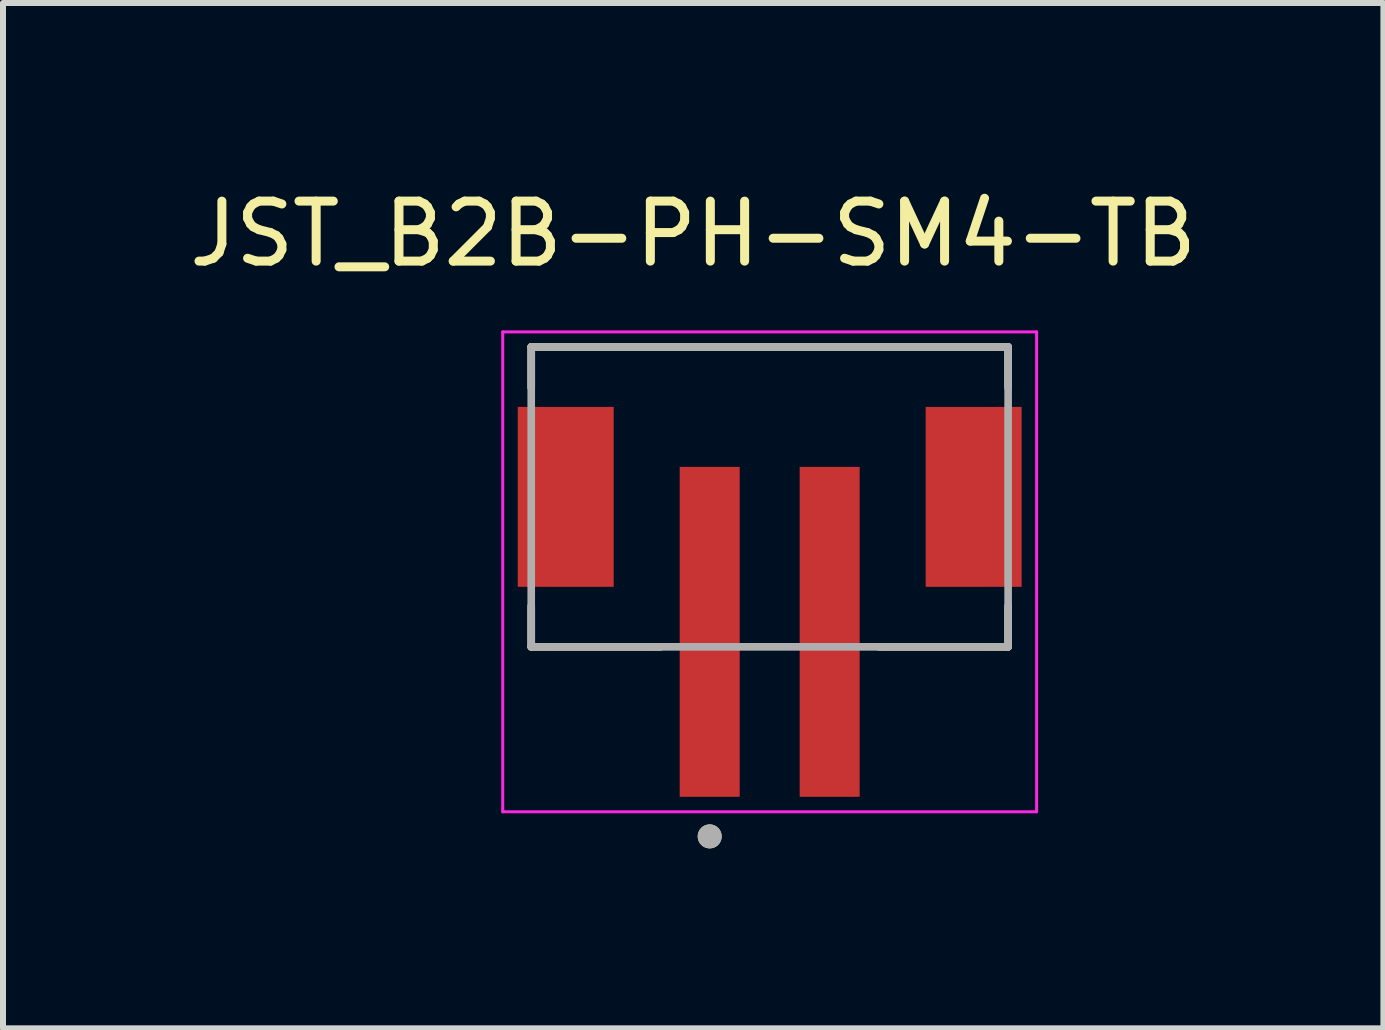
<source format=kicad_pcb>
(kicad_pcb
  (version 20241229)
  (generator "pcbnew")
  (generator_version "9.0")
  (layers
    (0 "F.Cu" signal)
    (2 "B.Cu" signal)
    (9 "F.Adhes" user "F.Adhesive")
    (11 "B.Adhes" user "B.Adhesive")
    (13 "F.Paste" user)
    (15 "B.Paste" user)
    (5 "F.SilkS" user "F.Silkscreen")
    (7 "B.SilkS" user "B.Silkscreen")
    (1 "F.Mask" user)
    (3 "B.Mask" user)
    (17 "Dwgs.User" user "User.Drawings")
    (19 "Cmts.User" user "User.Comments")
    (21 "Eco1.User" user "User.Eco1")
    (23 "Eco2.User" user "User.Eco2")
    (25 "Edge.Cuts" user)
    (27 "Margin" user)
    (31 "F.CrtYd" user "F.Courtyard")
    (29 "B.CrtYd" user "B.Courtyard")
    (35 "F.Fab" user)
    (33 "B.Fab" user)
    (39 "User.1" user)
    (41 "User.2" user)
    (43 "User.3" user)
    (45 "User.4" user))
  (footprint "JST_B2B-PH-SM4-TB"
    (layer "F.Cu")
    (at 9.781 5.233)
    (property "Reference" "JST_B2B-PH-SM4-TB" (at -1.275 -4.385 0) (layer "F.SilkS") (effects (font (size 1 1) (thickness 0.15))))
    (attr smd)
    (fp_line (start -3.975 -2.5) (end 3.975 -2.5) (stroke (width 0.127) (type solid)) (layer "F.SilkS"))
    (fp_line (start -3.975 -1.82) (end -3.975 -2.5) (stroke (width 0.127) (type solid)) (layer "F.SilkS"))
    (fp_line (start -3.975 2.5) (end -3.975 1.82) (stroke (width 0.127) (type solid)) (layer "F.SilkS"))
    (fp_line (start -1.82 2.5) (end -3.975 2.5) (stroke (width 0.127) (type solid)) (layer "F.SilkS"))
    (fp_line (start 3.975 -2.5) (end 3.975 -1.82) (stroke (width 0.127) (type solid)) (layer "F.SilkS"))
    (fp_line (start 3.975 2.5) (end 1.82 2.5) (stroke (width 0.127) (type solid)) (layer "F.SilkS"))
    (fp_line (start 3.975 2.5) (end 3.975 1.82) (stroke (width 0.127) (type solid)) (layer "F.SilkS"))
    (fp_circle (center -1 5.66) (end -0.9 5.66) (stroke (width 0.2) (type solid)) (fill no) (layer "F.SilkS"))
    (fp_line (start -4.45 -2.75) (end -4.45 5.25) (stroke (width 0.05) (type solid)) (layer "F.CrtYd"))
    (fp_line (start -4.45 5.25) (end 4.45 5.25) (stroke (width 0.05) (type solid)) (layer "F.CrtYd"))
    (fp_line (start 4.45 -2.75) (end -4.45 -2.75) (stroke (width 0.05) (type solid)) (layer "F.CrtYd"))
    (fp_line (start 4.45 5.25) (end 4.45 -2.75) (stroke (width 0.05) (type solid)) (layer "F.CrtYd"))
    (fp_line (start -3.975 -2.5) (end 3.975 -2.5) (stroke (width 0.127) (type solid)) (layer "F.Fab"))
    (fp_line (start -3.975 2.5) (end -3.975 -2.5) (stroke (width 0.127) (type solid)) (layer "F.Fab"))
    (fp_line (start 3.975 -2.5) (end 3.975 2.5) (stroke (width 0.127) (type solid)) (layer "F.Fab"))
    (fp_line (start 3.975 2.5) (end -3.975 2.5) (stroke (width 0.127) (type solid)) (layer "F.Fab"))
    (fp_circle (center -1 5.66) (end -0.9 5.66) (stroke (width 0.2) (type solid)) (fill no) (layer "F.Fab"))
    (pad "1" smd rect (at -1 2.25) (size 1 5.5) (layers "F.Cu" "F.Mask" "F.Paste"))
    (pad "2" smd rect (at 1 2.25) (size 1 5.5) (layers "F.Cu" "F.Mask" "F.Paste"))
    (pad "S1" smd rect (at -3.4 0) (size 1.6 3) (layers "F.Cu" "F.Mask" "F.Paste"))
    (pad "S2" smd rect (at 3.4 0) (size 1.6 3) (layers "F.Cu" "F.Mask" "F.Paste")))
  (gr_rect
    (start -3 -3)
    (end 20.012 14.093)
    (stroke (width 0.1) (type default))
    (fill no)
    (layer "Edge.Cuts")))
</source>
